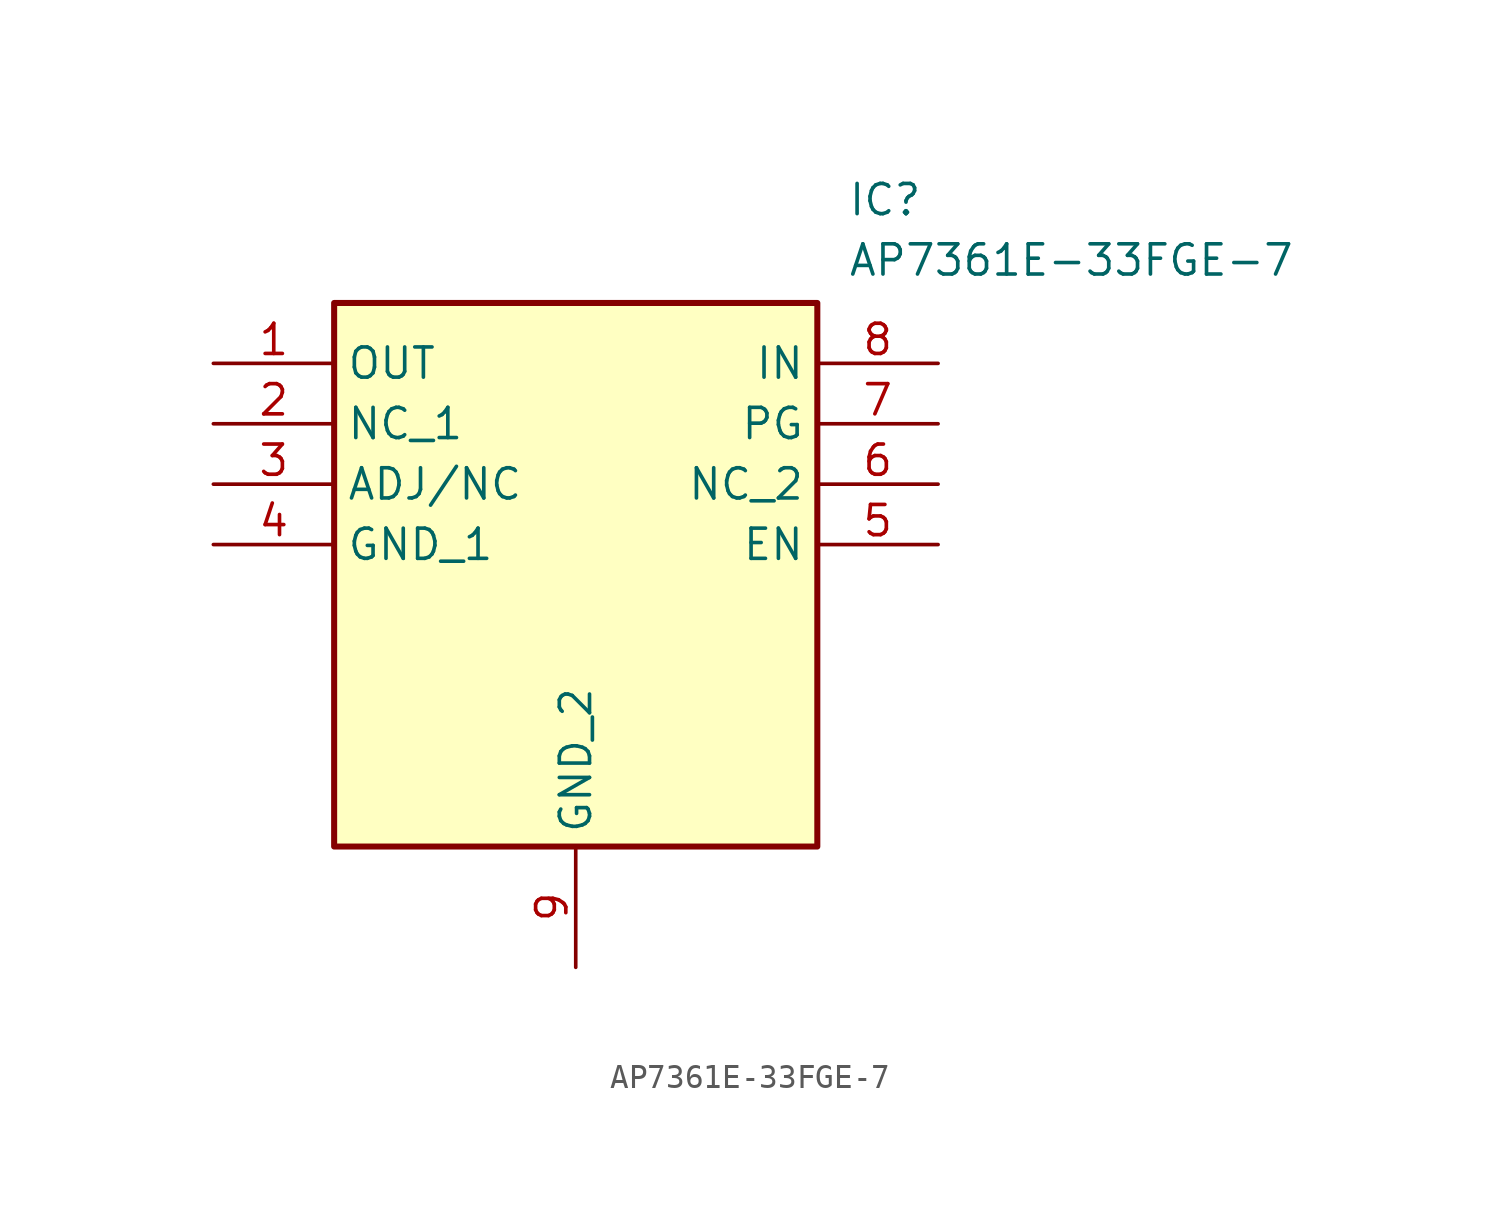
<source format=kicad_sym>
(kicad_symbol_lib
  (version 20211014)
  (generator SamacSys_ECAD_Model)
  (symbol "AP7361E-33FGE-7"
    (property "Reference" "IC"
      (at 26.67 7.62 0)
      (effects (font (size 1.27 1.27)) (justify left top)))
    (property "Value" "AP7361E-33FGE-7"
      (at 26.67 5.08 0)
      (effects (font (size 1.27 1.27)) (justify left top)))
    (rectangle
      (start 5.08 2.54)
      (end 25.4 -20.32)
      (stroke (width 0.254) (type default))
      (fill (type background)))
    (pin passive line
      (at 0 0 0)
      (length 5.08)
      (name "OUT" (effects (font (size 1.27 1.27))))
      (number "1" (effects (font (size 1.27 1.27)))))
    (pin passive line
      (at 0 -2.54 0)
      (length 5.08)
      (name "NC_1" (effects (font (size 1.27 1.27))))
      (number "2" (effects (font (size 1.27 1.27)))))
    (pin passive line
      (at 0 -5.08 0)
      (length 5.08)
      (name "ADJ/NC" (effects (font (size 1.27 1.27))))
      (number "3" (effects (font (size 1.27 1.27)))))
    (pin passive line
      (at 0 -7.62 0)
      (length 5.08)
      (name "GND_1" (effects (font (size 1.27 1.27))))
      (number "4" (effects (font (size 1.27 1.27)))))
    (pin passive line
      (at 15.24 -25.4 90)
      (length 5.08)
      (name "GND_2" (effects (font (size 1.27 1.27))))
      (number "9" (effects (font (size 1.27 1.27)))))
    (pin passive line
      (at 30.48 0 180)
      (length 5.08)
      (name "IN" (effects (font (size 1.27 1.27))))
      (number "8" (effects (font (size 1.27 1.27)))))
    (pin passive line
      (at 30.48 -2.54 180)
      (length 5.08)
      (name "PG" (effects (font (size 1.27 1.27))))
      (number "7" (effects (font (size 1.27 1.27)))))
    (pin passive line
      (at 30.48 -5.08 180)
      (length 5.08)
      (name "NC_2" (effects (font (size 1.27 1.27))))
      (number "6" (effects (font (size 1.27 1.27)))))
    (pin passive line
      (at 30.48 -7.62 180)
      (length 5.08)
      (name "EN" (effects (font (size 1.27 1.27))))
      (number "5" (effects (font (size 1.27 1.27)))))))
</source>
